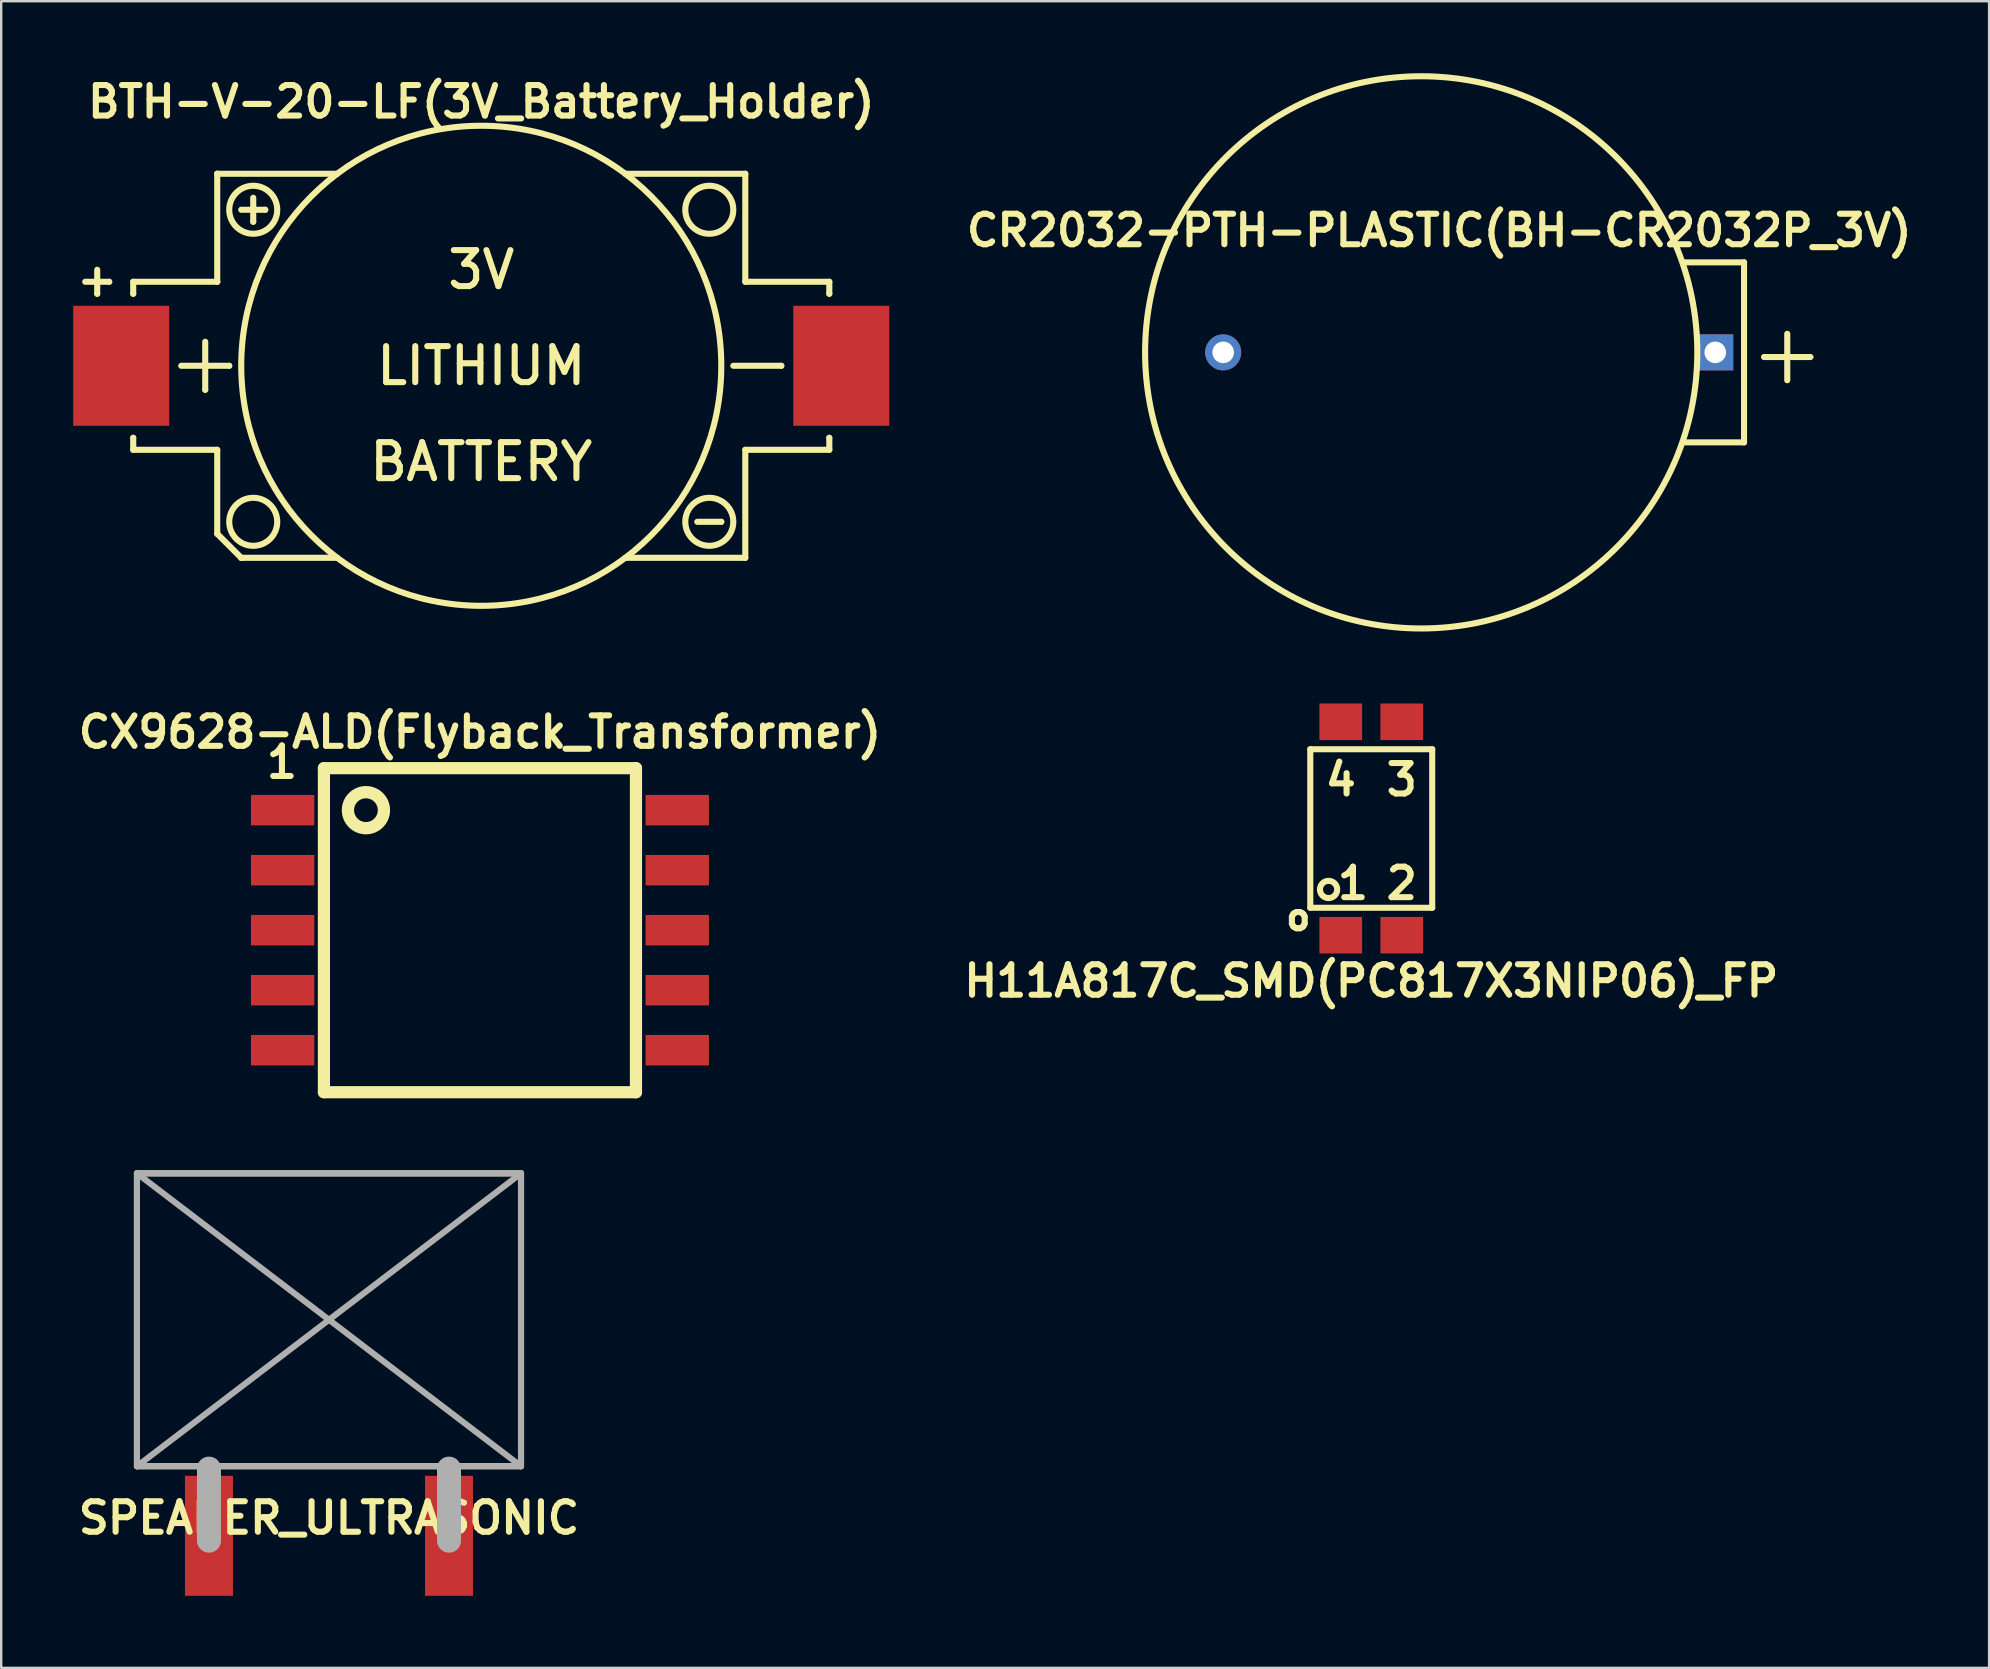
<source format=kicad_pcb>
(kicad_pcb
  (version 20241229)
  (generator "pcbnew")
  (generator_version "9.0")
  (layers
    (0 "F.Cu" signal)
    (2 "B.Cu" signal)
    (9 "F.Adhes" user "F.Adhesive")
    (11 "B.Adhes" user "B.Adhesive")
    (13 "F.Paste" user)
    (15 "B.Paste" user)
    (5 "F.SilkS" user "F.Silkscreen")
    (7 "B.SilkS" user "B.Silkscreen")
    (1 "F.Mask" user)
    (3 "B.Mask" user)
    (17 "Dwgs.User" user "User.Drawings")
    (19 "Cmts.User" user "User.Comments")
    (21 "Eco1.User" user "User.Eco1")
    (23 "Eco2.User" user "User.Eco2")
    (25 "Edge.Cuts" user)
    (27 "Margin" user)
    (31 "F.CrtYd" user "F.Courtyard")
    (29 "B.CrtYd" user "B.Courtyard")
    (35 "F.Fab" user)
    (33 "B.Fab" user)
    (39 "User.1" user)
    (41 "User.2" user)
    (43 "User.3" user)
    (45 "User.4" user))
  (footprint "SPEAKER_ULTRASONIC"
    (layer "F.Cu")
    (at 10.656 51.934)
    (property "Reference" "SPEAKER_ULTRASONIC" (at 0 8.255 0) (layer "F.SilkS") (effects (font (size 1.27 1.27) (thickness 0.254))))
    (attr through_hole)
    (fp_line (start -8 -6.1) (end 8 -6.1) (stroke (width 0.254) (type solid)) (layer "F.SilkS"))
    (fp_line (start -8 6.1) (end -8 -6.1) (stroke (width 0.254) (type solid)) (layer "F.SilkS"))
    (fp_line (start -8 6.1) (end 8 6.1) (stroke (width 0.254) (type solid)) (layer "F.SilkS"))
    (fp_line (start 8 6.1) (end 8 -6.1) (stroke (width 0.254) (type solid)) (layer "F.SilkS"))
    (fp_line (start -8 -6.1) (end -8 6.1) (stroke (width 0.254) (type solid)) (layer "F.Fab"))
    (fp_line (start -8 -6.1) (end 8 6.1) (stroke (width 0.254) (type solid)) (layer "F.Fab"))
    (fp_line (start -8 6.1) (end 8 6.1) (stroke (width 0.254) (type solid)) (layer "F.Fab"))
    (fp_line (start -5 6.2) (end -5 9.2) (stroke (width 1) (type solid)) (layer "F.Fab"))
    (fp_line (start 5 6.2) (end 5 9.2) (stroke (width 1) (type solid)) (layer "F.Fab"))
    (fp_line (start 8 -6.1) (end -8 -6.1) (stroke (width 0.254) (type solid)) (layer "F.Fab"))
    (fp_line (start 8 -6.1) (end -8 6.1) (stroke (width 0.254) (type solid)) (layer "F.Fab"))
    (fp_line (start 8 6.1) (end 8 -6.1) (stroke (width 0.254) (type solid)) (layer "F.Fab"))
    (pad "1" smd rect (at -5 9) (size 2 5) (layers "F.Cu" "F.Mask"))
    (pad "2" smd rect (at 5 9) (size 2 5) (layers "F.Cu" "F.Mask")))
  (footprint "BTH-V-20-LF(3V_Battery_Holder)"
    (layer "F.Cu")
    (at 17 12.189)
    (property "Reference" "BTH-V-20-LF(3V_Battery_Holder)" (at 0 -11 0) (layer "F.SilkS") (effects (font (size 1.27 1.27) (thickness 0.254))))
    (attr smd)
    (fp_line (start -16.5 -3.5) (end -15.5 -3.5) (stroke (width 0.254) (type solid)) (layer "F.SilkS"))
    (fp_line (start -16 -4) (end -16 -3) (stroke (width 0.254) (type solid)) (layer "F.SilkS"))
    (fp_line (start -16 -3) (end -16 -3) (stroke (width 0.254) (type solid)) (layer "F.SilkS"))
    (fp_line (start -15.5 -3.5) (end -15.5 -3.5) (stroke (width 0.254) (type solid)) (layer "F.SilkS"))
    (fp_line (start -14.5 -3.5) (end -14.5 -3) (stroke (width 0.254) (type solid)) (layer "F.SilkS"))
    (fp_line (start -14.5 -3) (end -14.5 -3) (stroke (width 0.254) (type solid)) (layer "F.SilkS"))
    (fp_line (start -14.5 3) (end -14.5 3) (stroke (width 0.254) (type solid)) (layer "F.SilkS"))
    (fp_line (start -14.5 3.5) (end -14.5 3) (stroke (width 0.254) (type solid)) (layer "F.SilkS"))
    (fp_line (start -12.5 0) (end -10.5 0) (stroke (width 0.254) (type solid)) (layer "F.SilkS"))
    (fp_line (start -11.5 -1) (end -11.5 1) (stroke (width 0.254) (type solid)) (layer "F.SilkS"))
    (fp_line (start -11.5 1) (end -11.5 1) (stroke (width 0.254) (type solid)) (layer "F.SilkS"))
    (fp_line (start -11 -8) (end -11 -8) (stroke (width 0.254) (type solid)) (layer "F.SilkS"))
    (fp_line (start -11 -8) (end -11 -3.5) (stroke (width 0.254) (type solid)) (layer "F.SilkS"))
    (fp_line (start -11 -3.5) (end -14.5 -3.5) (stroke (width 0.254) (type solid)) (layer "F.SilkS"))
    (fp_line (start -11 -3.5) (end -11 -3.5) (stroke (width 0.254) (type solid)) (layer "F.SilkS"))
    (fp_line (start -11 3.5) (end -14.5 3.5) (stroke (width 0.254) (type solid)) (layer "F.SilkS"))
    (fp_line (start -11 7) (end -11 3.5) (stroke (width 0.254) (type solid)) (layer "F.SilkS"))
    (fp_line (start -11 7) (end -10 8) (stroke (width 0.254) (type solid)) (layer "F.SilkS"))
    (fp_line (start -10.5 0) (end -10.5 0) (stroke (width 0.254) (type solid)) (layer "F.SilkS"))
    (fp_line (start -10 -6.5) (end -9 -6.5) (stroke (width 0.254) (type solid)) (layer "F.SilkS"))
    (fp_line (start -10 8) (end -10 8) (stroke (width 0.254) (type solid)) (layer "F.SilkS"))
    (fp_line (start -9.5 -7) (end -9.5 -6) (stroke (width 0.254) (type solid)) (layer "F.SilkS"))
    (fp_line (start -9.5 -6) (end -9.5 -6) (stroke (width 0.254) (type solid)) (layer "F.SilkS"))
    (fp_line (start -9 -6.5) (end -9 -6.5) (stroke (width 0.254) (type solid)) (layer "F.SilkS"))
    (fp_line (start -6 -8) (end -11 -8) (stroke (width 0.254) (type solid)) (layer "F.SilkS"))
    (fp_line (start -6 8) (end -10 8) (stroke (width 0.254) (type solid)) (layer "F.SilkS"))
    (fp_line (start 9 6.5) (end 10 6.5) (stroke (width 0.254) (type solid)) (layer "F.SilkS"))
    (fp_line (start 10 6.5) (end 10 6.5) (stroke (width 0.254) (type solid)) (layer "F.SilkS"))
    (fp_line (start 10.5 0) (end 12.5 0) (stroke (width 0.254) (type solid)) (layer "F.SilkS"))
    (fp_line (start 11 -8) (end 6 -8) (stroke (width 0.254) (type solid)) (layer "F.SilkS"))
    (fp_line (start 11 -8) (end 11 -3.5) (stroke (width 0.254) (type solid)) (layer "F.SilkS"))
    (fp_line (start 11 -3.5) (end 14.5 -3.5) (stroke (width 0.254) (type solid)) (layer "F.SilkS"))
    (fp_line (start 11 3.5) (end 14.5 3.5) (stroke (width 0.254) (type solid)) (layer "F.SilkS"))
    (fp_line (start 11 8) (end 6 8) (stroke (width 0.254) (type solid)) (layer "F.SilkS"))
    (fp_line (start 11 8) (end 11 3.5) (stroke (width 0.254) (type solid)) (layer "F.SilkS"))
    (fp_line (start 12.5 0) (end 12.5 0) (stroke (width 0.254) (type solid)) (layer "F.SilkS"))
    (fp_line (start 14.5 -3.5) (end 14.5 -3) (stroke (width 0.254) (type solid)) (layer "F.SilkS"))
    (fp_line (start 14.5 -3) (end 14.5 -3) (stroke (width 0.254) (type solid)) (layer "F.SilkS"))
    (fp_line (start 14.5 3) (end 14.5 3) (stroke (width 0.254) (type solid)) (layer "F.SilkS"))
    (fp_line (start 14.5 3.5) (end 14.5 3) (stroke (width 0.254) (type solid)) (layer "F.SilkS"))
    (fp_circle (center -9.5 -6.5) (end -10.5 -6.5) (stroke (width 0.254) (type solid)) (fill no) (layer "F.SilkS"))
    (fp_circle (center -9.5 6.5) (end -10.5 6.5) (stroke (width 0.254) (type solid)) (fill no) (layer "F.SilkS"))
    (fp_circle (center 0 0) (end -10 0) (stroke (width 0.254) (type solid)) (fill no) (layer "F.SilkS"))
    (fp_circle (center 9.5 -6.5) (end 8.5 -6.5) (stroke (width 0.254) (type solid)) (fill no) (layer "F.SilkS"))
    (fp_circle (center 9.5 6.5) (end 8.5 6.5) (stroke (width 0.254) (type solid)) (fill no) (layer "F.SilkS"))
    (fp_text user "LITHIUM" (at 0 0 0) (layer "F.SilkS") (effects (font (size 1.5 1.5) (thickness 0.254))))
    (fp_text user "3V" (at 0 -4 0) (layer "F.SilkS") (effects (font (size 1.5 1.5) (thickness 0.254))))
    (fp_text user "BATTERY" (at 0 4 0) (layer "F.SilkS") (effects (font (size 1.5 1.5) (thickness 0.254))))
    (pad "1" smd rect (at -15 0) (size 4 5) (layers "F.Cu" "F.Mask" "F.Paste"))
    (pad "2" smd rect (at 15 0) (size 4 5) (layers "F.Cu" "F.Mask" "F.Paste")))
  (footprint "CR2032-PTH-PLASTIC(BH-CR2032P_3V)"
    (layer "F.Cu")
    (at 56.909 11.63)
    (property "Reference" "CR2032-PTH-PLASTIC(BH-CR2032P_3V)" (at 0 -5.08 0) (layer "F.SilkS") (effects (font (size 1.27 1.27) (thickness 0.254))))
    (attr through_hole)
    (fp_line (start 10.25 -3.75) (end 12.7 -3.75) (stroke (width 0.254) (type solid)) (layer "F.SilkS"))
    (fp_line (start 12.7 -3.75) (end 12.7 3.75) (stroke (width 0.254) (type solid)) (layer "F.SilkS"))
    (fp_line (start 12.7 3.75) (end 10.25 3.75) (stroke (width 0.254) (type solid)) (layer "F.SilkS"))
    (fp_circle (center -0.75 0) (end 10.753 0) (stroke (width 0.254) (type solid)) (fill no) (layer "F.SilkS"))
    (fp_text user "+" (at 14.5 0 0) (unlocked yes) (layer "F.SilkS") (effects (font (size 2.54 2.54) (thickness 0.254))))
    (pad "1" thru_hole rect (at 11.5 0) (size 1.5 1.5) (drill 0.9) (layers "*.Cu" "*.Mask"))
    (pad "2" thru_hole circle (at -9 0) (size 1.5 1.5) (drill 0.9) (layers "*.Cu" "*.Mask")))
  (footprint "CX9628-ALD(Flyback_Transformer)"
    (layer "F.Cu")
    (at 16.945 35.703)
    (property "Reference" "CX9628-ALD(Flyback_Transformer)" (at 0 -8.255 0) (layer "F.SilkS") (effects (font (size 1.27 1.27) (thickness 0.254))))
    (attr smd)
    (fp_line (start -6.5 -6.75) (end -6.5 6.75) (stroke (width 0.508) (type solid)) (layer "F.SilkS"))
    (fp_line (start -6.5 -6.75) (end 6.5 -6.75) (stroke (width 0.508) (type solid)) (layer "F.SilkS"))
    (fp_line (start -6.5 6.75) (end 6.5 6.75) (stroke (width 0.508) (type solid)) (layer "F.SilkS"))
    (fp_line (start 6.5 -6.75) (end 6.5 6.75) (stroke (width 0.508) (type solid)) (layer "F.SilkS"))
    (fp_circle (center -4.75 -5) (end -4 -5) (stroke (width 0.512) (type solid)) (fill no) (layer "F.SilkS"))
    (fp_text user "1" (at -8.25 -7 0) (layer "F.SilkS") (effects (font (size 1.27 1.27) (thickness 0.254))))
    (pad "1" smd rect (at -8.22 -5) (size 2.64 1.27) (layers "F.Cu" "F.Mask" "F.Paste"))
    (pad "2" smd rect (at -8.22 -2.5) (size 2.64 1.27) (layers "F.Cu" "F.Mask" "F.Paste"))
    (pad "3" smd rect (at -8.22 0) (size 2.64 1.27) (layers "F.Cu" "F.Mask" "F.Paste"))
    (pad "4" smd rect (at -8.22 2.5) (size 2.64 1.27) (layers "F.Cu" "F.Mask" "F.Paste"))
    (pad "5" smd rect (at -8.22 5) (size 2.64 1.27) (layers "F.Cu" "F.Mask" "F.Paste"))
    (pad "6" smd rect (at 8.22 5) (size 2.64 1.27) (layers "F.Cu" "F.Mask" "F.Paste"))
    (pad "7" smd rect (at 8.22 2.5) (size 2.64 1.27) (layers "F.Cu" "F.Mask" "F.Paste"))
    (pad "8" smd rect (at 8.22 0) (size 2.64 1.27) (layers "F.Cu" "F.Mask" "F.Paste"))
    (pad "9" smd rect (at 8.22 -2.5) (size 2.64 1.27) (layers "F.Cu" "F.Mask" "F.Paste"))
    (pad "10" smd rect (at 8.22 -5) (size 2.64 1.27) (layers "F.Cu" "F.Mask" "F.Paste")))
  (footprint "H11A817C_SMD(PC817X3NIP06)_FP"
    (layer "F.Cu")
    (at 54.078 31.466)
    (property "Reference" "H11A817C_SMD(PC817X3NIP06)_FP" (at 0 6.35 0) (layer "F.SilkS") (effects (font (size 1.27 1.27) (thickness 0.254))))
    (attr smd)
    (fp_line (start -2.54 -3.302) (end 2.54 -3.302) (stroke (width 0.254) (type solid)) (layer "F.SilkS"))
    (fp_line (start -2.54 3.302) (end -2.54 -3.302) (stroke (width 0.254) (type solid)) (layer "F.SilkS"))
    (fp_line (start 2.54 -3.302) (end 2.54 3.302) (stroke (width 0.254) (type solid)) (layer "F.SilkS"))
    (fp_line (start 2.54 3.302) (end -2.54 3.302) (stroke (width 0.254) (type solid)) (layer "F.SilkS"))
    (fp_circle (center -1.778 2.54) (end -2.032 2.794) (stroke (width 0.254) (type solid)) (fill no) (layer "F.SilkS"))
    (fp_text user "2" (at 1.27 2.286 0) (layer "F.SilkS") (effects (font (size 1.27 1.27) (thickness 0.254))))
    (fp_text user "4" (at -1.27 -2.032 0) (layer "F.SilkS") (effects (font (size 1.27 1.27) (thickness 0.254))))
    (fp_text user "o" (at -3.04 3.7 0) (layer "F.SilkS") (effects (font (size 1.016 1.016) (thickness 0.254))))
    (fp_text user "3" (at 1.27 -2.032 0) (layer "F.SilkS") (effects (font (size 1.27 1.27) (thickness 0.254))))
    (fp_text user "1" (at -0.762 2.286 0) (layer "F.SilkS") (effects (font (size 1.27 1.27) (thickness 0.254))))
    (pad "1" smd rect (at -1.27 4.445) (size 1.778 1.524) (layers "F.Cu" "F.Mask" "F.Paste"))
    (pad "2" smd rect (at 1.27 4.445) (size 1.778 1.524) (layers "F.Cu" "F.Mask" "F.Paste"))
    (pad "3" smd rect (at 1.27 -4.445) (size 1.778 1.524) (layers "F.Cu" "F.Mask" "F.Paste"))
    (pad "4" smd rect (at -1.27 -4.445) (size 1.778 1.524) (layers "F.Cu" "F.Mask" "F.Paste")))
  (gr_rect
    (start -3 -3)
    (end 79.818 66.434)
    (stroke (width 0.1) (type default))
    (fill no)
    (layer "Edge.Cuts")))
</source>
